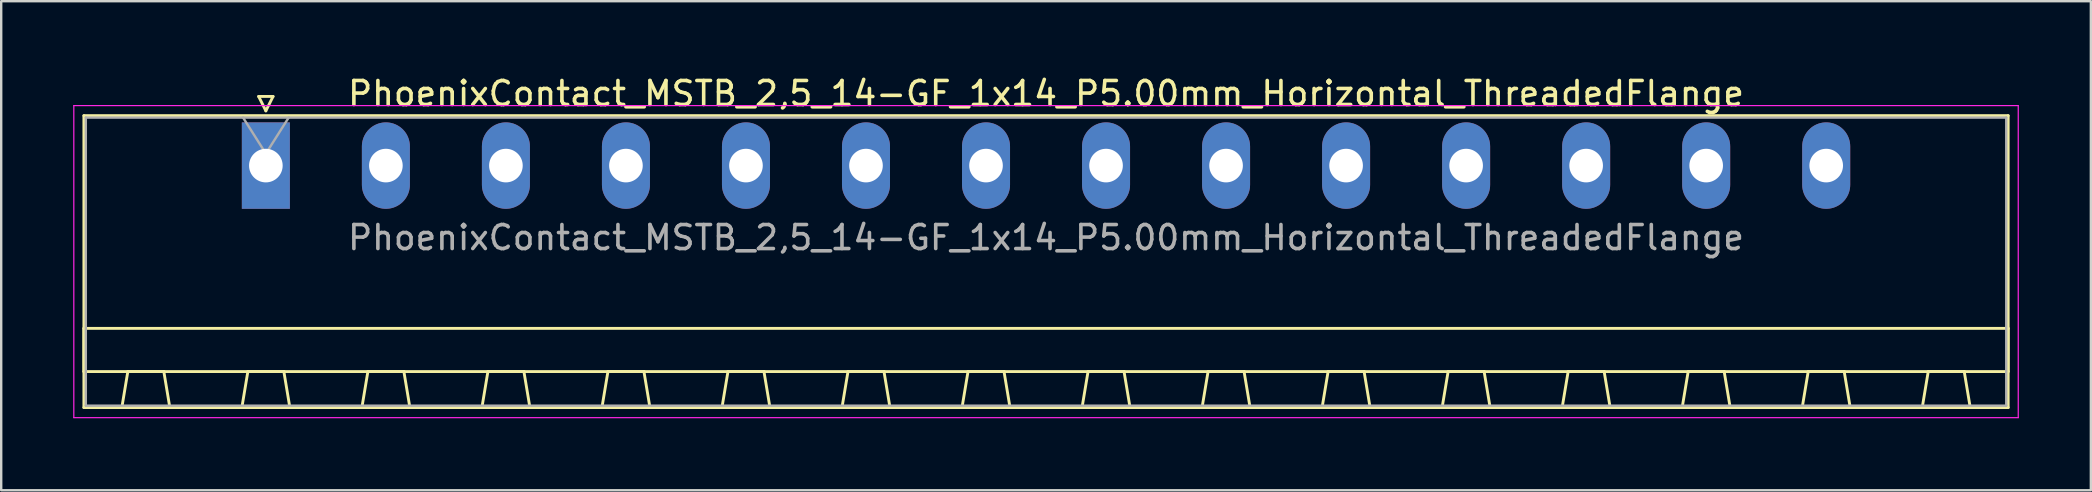
<source format=kicad_pcb>
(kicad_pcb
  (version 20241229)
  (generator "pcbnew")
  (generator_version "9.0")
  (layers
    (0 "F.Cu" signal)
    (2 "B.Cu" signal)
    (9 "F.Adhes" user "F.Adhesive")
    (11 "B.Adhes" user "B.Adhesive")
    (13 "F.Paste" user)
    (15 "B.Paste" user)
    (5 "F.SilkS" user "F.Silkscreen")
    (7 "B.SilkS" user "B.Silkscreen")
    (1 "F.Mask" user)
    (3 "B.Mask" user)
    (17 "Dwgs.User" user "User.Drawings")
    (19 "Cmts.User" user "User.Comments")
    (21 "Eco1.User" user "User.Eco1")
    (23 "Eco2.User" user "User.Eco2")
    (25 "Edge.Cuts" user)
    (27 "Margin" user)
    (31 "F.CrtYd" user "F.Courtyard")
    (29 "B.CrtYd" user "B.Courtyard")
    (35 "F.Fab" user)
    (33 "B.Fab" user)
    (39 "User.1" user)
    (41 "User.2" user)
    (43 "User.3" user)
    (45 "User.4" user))
  (footprint "PhoenixContact_MSTB_2,5_14-GF_1x14_P5.00mm_Horizontal_ThreadedFlange"
    (layer "F.Cu")
    (at 8.025 3.848)
    (property "Reference" "PhoenixContact_MSTB_2,5_14-GF_1x14_P5.00mm_Horizontal_ThreadedFlange" (at 32.5 -3 0) (layer "F.SilkS") (effects (font (size 1 1) (thickness 0.15))))
    (attr through_hole)
    (fp_line (start -7.58 -2.08) (end -7.58 10.08) (stroke (width 0.12) (type solid)) (layer "F.SilkS"))
    (fp_line (start -7.58 6.78) (end 72.58 6.78) (stroke (width 0.12) (type solid)) (layer "F.SilkS"))
    (fp_line (start -7.58 8.58) (end -7.58 6.78) (stroke (width 0.12) (type solid)) (layer "F.SilkS"))
    (fp_line (start -7.58 10.08) (end 72.58 10.08) (stroke (width 0.12) (type solid)) (layer "F.SilkS"))
    (fp_line (start -6 10.08) (end -4 10.08) (stroke (width 0.12) (type solid)) (layer "F.SilkS"))
    (fp_line (start -5.75 8.58) (end -6 10.08) (stroke (width 0.12) (type solid)) (layer "F.SilkS"))
    (fp_line (start -4.25 8.58) (end -5.75 8.58) (stroke (width 0.12) (type solid)) (layer "F.SilkS"))
    (fp_line (start -4 10.08) (end -4.25 8.58) (stroke (width 0.12) (type solid)) (layer "F.SilkS"))
    (fp_line (start -1 10.08) (end 1 10.08) (stroke (width 0.12) (type solid)) (layer "F.SilkS"))
    (fp_line (start -0.75 8.58) (end -1 10.08) (stroke (width 0.12) (type solid)) (layer "F.SilkS"))
    (fp_line (start -0.3 -2.88) (end 0.3 -2.88) (stroke (width 0.12) (type solid)) (layer "F.SilkS"))
    (fp_line (start 0 -2.28) (end -0.3 -2.88) (stroke (width 0.12) (type solid)) (layer "F.SilkS"))
    (fp_line (start 0.3 -2.88) (end 0 -2.28) (stroke (width 0.12) (type solid)) (layer "F.SilkS"))
    (fp_line (start 0.75 8.58) (end -0.75 8.58) (stroke (width 0.12) (type solid)) (layer "F.SilkS"))
    (fp_line (start 1 10.08) (end 0.75 8.58) (stroke (width 0.12) (type solid)) (layer "F.SilkS"))
    (fp_line (start 4 10.08) (end 6 10.08) (stroke (width 0.12) (type solid)) (layer "F.SilkS"))
    (fp_line (start 4.25 8.58) (end 4 10.08) (stroke (width 0.12) (type solid)) (layer "F.SilkS"))
    (fp_line (start 5.75 8.58) (end 4.25 8.58) (stroke (width 0.12) (type solid)) (layer "F.SilkS"))
    (fp_line (start 6 10.08) (end 5.75 8.58) (stroke (width 0.12) (type solid)) (layer "F.SilkS"))
    (fp_line (start 9 10.08) (end 11 10.08) (stroke (width 0.12) (type solid)) (layer "F.SilkS"))
    (fp_line (start 9.25 8.58) (end 9 10.08) (stroke (width 0.12) (type solid)) (layer "F.SilkS"))
    (fp_line (start 10.75 8.58) (end 9.25 8.58) (stroke (width 0.12) (type solid)) (layer "F.SilkS"))
    (fp_line (start 11 10.08) (end 10.75 8.58) (stroke (width 0.12) (type solid)) (layer "F.SilkS"))
    (fp_line (start 14 10.08) (end 16 10.08) (stroke (width 0.12) (type solid)) (layer "F.SilkS"))
    (fp_line (start 14.25 8.58) (end 14 10.08) (stroke (width 0.12) (type solid)) (layer "F.SilkS"))
    (fp_line (start 15.75 8.58) (end 14.25 8.58) (stroke (width 0.12) (type solid)) (layer "F.SilkS"))
    (fp_line (start 16 10.08) (end 15.75 8.58) (stroke (width 0.12) (type solid)) (layer "F.SilkS"))
    (fp_line (start 19 10.08) (end 21 10.08) (stroke (width 0.12) (type solid)) (layer "F.SilkS"))
    (fp_line (start 19.25 8.58) (end 19 10.08) (stroke (width 0.12) (type solid)) (layer "F.SilkS"))
    (fp_line (start 20.75 8.58) (end 19.25 8.58) (stroke (width 0.12) (type solid)) (layer "F.SilkS"))
    (fp_line (start 21 10.08) (end 20.75 8.58) (stroke (width 0.12) (type solid)) (layer "F.SilkS"))
    (fp_line (start 24 10.08) (end 26 10.08) (stroke (width 0.12) (type solid)) (layer "F.SilkS"))
    (fp_line (start 24.25 8.58) (end 24 10.08) (stroke (width 0.12) (type solid)) (layer "F.SilkS"))
    (fp_line (start 25.75 8.58) (end 24.25 8.58) (stroke (width 0.12) (type solid)) (layer "F.SilkS"))
    (fp_line (start 26 10.08) (end 25.75 8.58) (stroke (width 0.12) (type solid)) (layer "F.SilkS"))
    (fp_line (start 29 10.08) (end 31 10.08) (stroke (width 0.12) (type solid)) (layer "F.SilkS"))
    (fp_line (start 29.25 8.58) (end 29 10.08) (stroke (width 0.12) (type solid)) (layer "F.SilkS"))
    (fp_line (start 30.75 8.58) (end 29.25 8.58) (stroke (width 0.12) (type solid)) (layer "F.SilkS"))
    (fp_line (start 31 10.08) (end 30.75 8.58) (stroke (width 0.12) (type solid)) (layer "F.SilkS"))
    (fp_line (start 34 10.08) (end 36 10.08) (stroke (width 0.12) (type solid)) (layer "F.SilkS"))
    (fp_line (start 34.25 8.58) (end 34 10.08) (stroke (width 0.12) (type solid)) (layer "F.SilkS"))
    (fp_line (start 35.75 8.58) (end 34.25 8.58) (stroke (width 0.12) (type solid)) (layer "F.SilkS"))
    (fp_line (start 36 10.08) (end 35.75 8.58) (stroke (width 0.12) (type solid)) (layer "F.SilkS"))
    (fp_line (start 39 10.08) (end 41 10.08) (stroke (width 0.12) (type solid)) (layer "F.SilkS"))
    (fp_line (start 39.25 8.58) (end 39 10.08) (stroke (width 0.12) (type solid)) (layer "F.SilkS"))
    (fp_line (start 40.75 8.58) (end 39.25 8.58) (stroke (width 0.12) (type solid)) (layer "F.SilkS"))
    (fp_line (start 41 10.08) (end 40.75 8.58) (stroke (width 0.12) (type solid)) (layer "F.SilkS"))
    (fp_line (start 44 10.08) (end 46 10.08) (stroke (width 0.12) (type solid)) (layer "F.SilkS"))
    (fp_line (start 44.25 8.58) (end 44 10.08) (stroke (width 0.12) (type solid)) (layer "F.SilkS"))
    (fp_line (start 45.75 8.58) (end 44.25 8.58) (stroke (width 0.12) (type solid)) (layer "F.SilkS"))
    (fp_line (start 46 10.08) (end 45.75 8.58) (stroke (width 0.12) (type solid)) (layer "F.SilkS"))
    (fp_line (start 49 10.08) (end 51 10.08) (stroke (width 0.12) (type solid)) (layer "F.SilkS"))
    (fp_line (start 49.25 8.58) (end 49 10.08) (stroke (width 0.12) (type solid)) (layer "F.SilkS"))
    (fp_line (start 50.75 8.58) (end 49.25 8.58) (stroke (width 0.12) (type solid)) (layer "F.SilkS"))
    (fp_line (start 51 10.08) (end 50.75 8.58) (stroke (width 0.12) (type solid)) (layer "F.SilkS"))
    (fp_line (start 54 10.08) (end 56 10.08) (stroke (width 0.12) (type solid)) (layer "F.SilkS"))
    (fp_line (start 54.25 8.58) (end 54 10.08) (stroke (width 0.12) (type solid)) (layer "F.SilkS"))
    (fp_line (start 55.75 8.58) (end 54.25 8.58) (stroke (width 0.12) (type solid)) (layer "F.SilkS"))
    (fp_line (start 56 10.08) (end 55.75 8.58) (stroke (width 0.12) (type solid)) (layer "F.SilkS"))
    (fp_line (start 59 10.08) (end 61 10.08) (stroke (width 0.12) (type solid)) (layer "F.SilkS"))
    (fp_line (start 59.25 8.58) (end 59 10.08) (stroke (width 0.12) (type solid)) (layer "F.SilkS"))
    (fp_line (start 60.75 8.58) (end 59.25 8.58) (stroke (width 0.12) (type solid)) (layer "F.SilkS"))
    (fp_line (start 61 10.08) (end 60.75 8.58) (stroke (width 0.12) (type solid)) (layer "F.SilkS"))
    (fp_line (start 64 10.08) (end 66 10.08) (stroke (width 0.12) (type solid)) (layer "F.SilkS"))
    (fp_line (start 64.25 8.58) (end 64 10.08) (stroke (width 0.12) (type solid)) (layer "F.SilkS"))
    (fp_line (start 65.75 8.58) (end 64.25 8.58) (stroke (width 0.12) (type solid)) (layer "F.SilkS"))
    (fp_line (start 66 10.08) (end 65.75 8.58) (stroke (width 0.12) (type solid)) (layer "F.SilkS"))
    (fp_line (start 69 10.08) (end 71 10.08) (stroke (width 0.12) (type solid)) (layer "F.SilkS"))
    (fp_line (start 69.25 8.58) (end 69 10.08) (stroke (width 0.12) (type solid)) (layer "F.SilkS"))
    (fp_line (start 70.75 8.58) (end 69.25 8.58) (stroke (width 0.12) (type solid)) (layer "F.SilkS"))
    (fp_line (start 71 10.08) (end 70.75 8.58) (stroke (width 0.12) (type solid)) (layer "F.SilkS"))
    (fp_line (start 72.58 -2.08) (end -7.58 -2.08) (stroke (width 0.12) (type solid)) (layer "F.SilkS"))
    (fp_line (start 72.58 6.78) (end 72.58 8.58) (stroke (width 0.12) (type solid)) (layer "F.SilkS"))
    (fp_line (start 72.58 8.58) (end -7.58 8.58) (stroke (width 0.12) (type solid)) (layer "F.SilkS"))
    (fp_line (start 72.58 10.08) (end 72.58 -2.08) (stroke (width 0.12) (type solid)) (layer "F.SilkS"))
    (fp_line (start -8 -2.5) (end -8 10.5) (stroke (width 0.05) (type solid)) (layer "F.CrtYd"))
    (fp_line (start -8 10.5) (end 73 10.5) (stroke (width 0.05) (type solid)) (layer "F.CrtYd"))
    (fp_line (start 73 -2.5) (end -8 -2.5) (stroke (width 0.05) (type solid)) (layer "F.CrtYd"))
    (fp_line (start 73 10.5) (end 73 -2.5) (stroke (width 0.05) (type solid)) (layer "F.CrtYd"))
    (fp_line (start -7.5 -2) (end -7.5 10) (stroke (width 0.1) (type solid)) (layer "F.Fab"))
    (fp_line (start -7.5 10) (end 72.5 10) (stroke (width 0.1) (type solid)) (layer "F.Fab"))
    (fp_line (start 0 -0.5) (end -0.95 -2) (stroke (width 0.1) (type solid)) (layer "F.Fab"))
    (fp_line (start 0.95 -2) (end 0 -0.5) (stroke (width 0.1) (type solid)) (layer "F.Fab"))
    (fp_line (start 72.5 -2) (end -7.5 -2) (stroke (width 0.1) (type solid)) (layer "F.Fab"))
    (fp_line (start 72.5 10) (end 72.5 -2) (stroke (width 0.1) (type solid)) (layer "F.Fab"))
    (fp_text user "${REFERENCE}" (at 32.5 3 0) (layer "F.Fab") (effects (font (size 1 1) (thickness 0.15))))
    (pad "1" thru_hole rect (at 0 0) (size 2 3.6) (drill 1.4) (layers "*.Cu" "*.Mask"))
    (pad "2" thru_hole oval (at 5 0) (size 2 3.6) (drill 1.4) (layers "*.Cu" "*.Mask"))
    (pad "3" thru_hole oval (at 10 0) (size 2 3.6) (drill 1.4) (layers "*.Cu" "*.Mask"))
    (pad "4" thru_hole oval (at 15 0) (size 2 3.6) (drill 1.4) (layers "*.Cu" "*.Mask"))
    (pad "5" thru_hole oval (at 20 0) (size 2 3.6) (drill 1.4) (layers "*.Cu" "*.Mask"))
    (pad "6" thru_hole oval (at 25 0) (size 2 3.6) (drill 1.4) (layers "*.Cu" "*.Mask"))
    (pad "7" thru_hole oval (at 30 0) (size 2 3.6) (drill 1.4) (layers "*.Cu" "*.Mask"))
    (pad "8" thru_hole oval (at 35 0) (size 2 3.6) (drill 1.4) (layers "*.Cu" "*.Mask"))
    (pad "9" thru_hole oval (at 40 0) (size 2 3.6) (drill 1.4) (layers "*.Cu" "*.Mask"))
    (pad "10" thru_hole oval (at 45 0) (size 2 3.6) (drill 1.4) (layers "*.Cu" "*.Mask"))
    (pad "11" thru_hole oval (at 50 0) (size 2 3.6) (drill 1.4) (layers "*.Cu" "*.Mask"))
    (pad "12" thru_hole oval (at 55 0) (size 2 3.6) (drill 1.4) (layers "*.Cu" "*.Mask"))
    (pad "13" thru_hole oval (at 60 0) (size 2 3.6) (drill 1.4) (layers "*.Cu" "*.Mask"))
    (pad "14" thru_hole oval (at 65 0) (size 2 3.6) (drill 1.4) (layers "*.Cu" "*.Mask")))
  (gr_rect
    (start -3 -3)
    (end 84.05 17.373)
    (stroke (width 0.1) (type default))
    (fill no)
    (layer "Edge.Cuts")))
</source>
